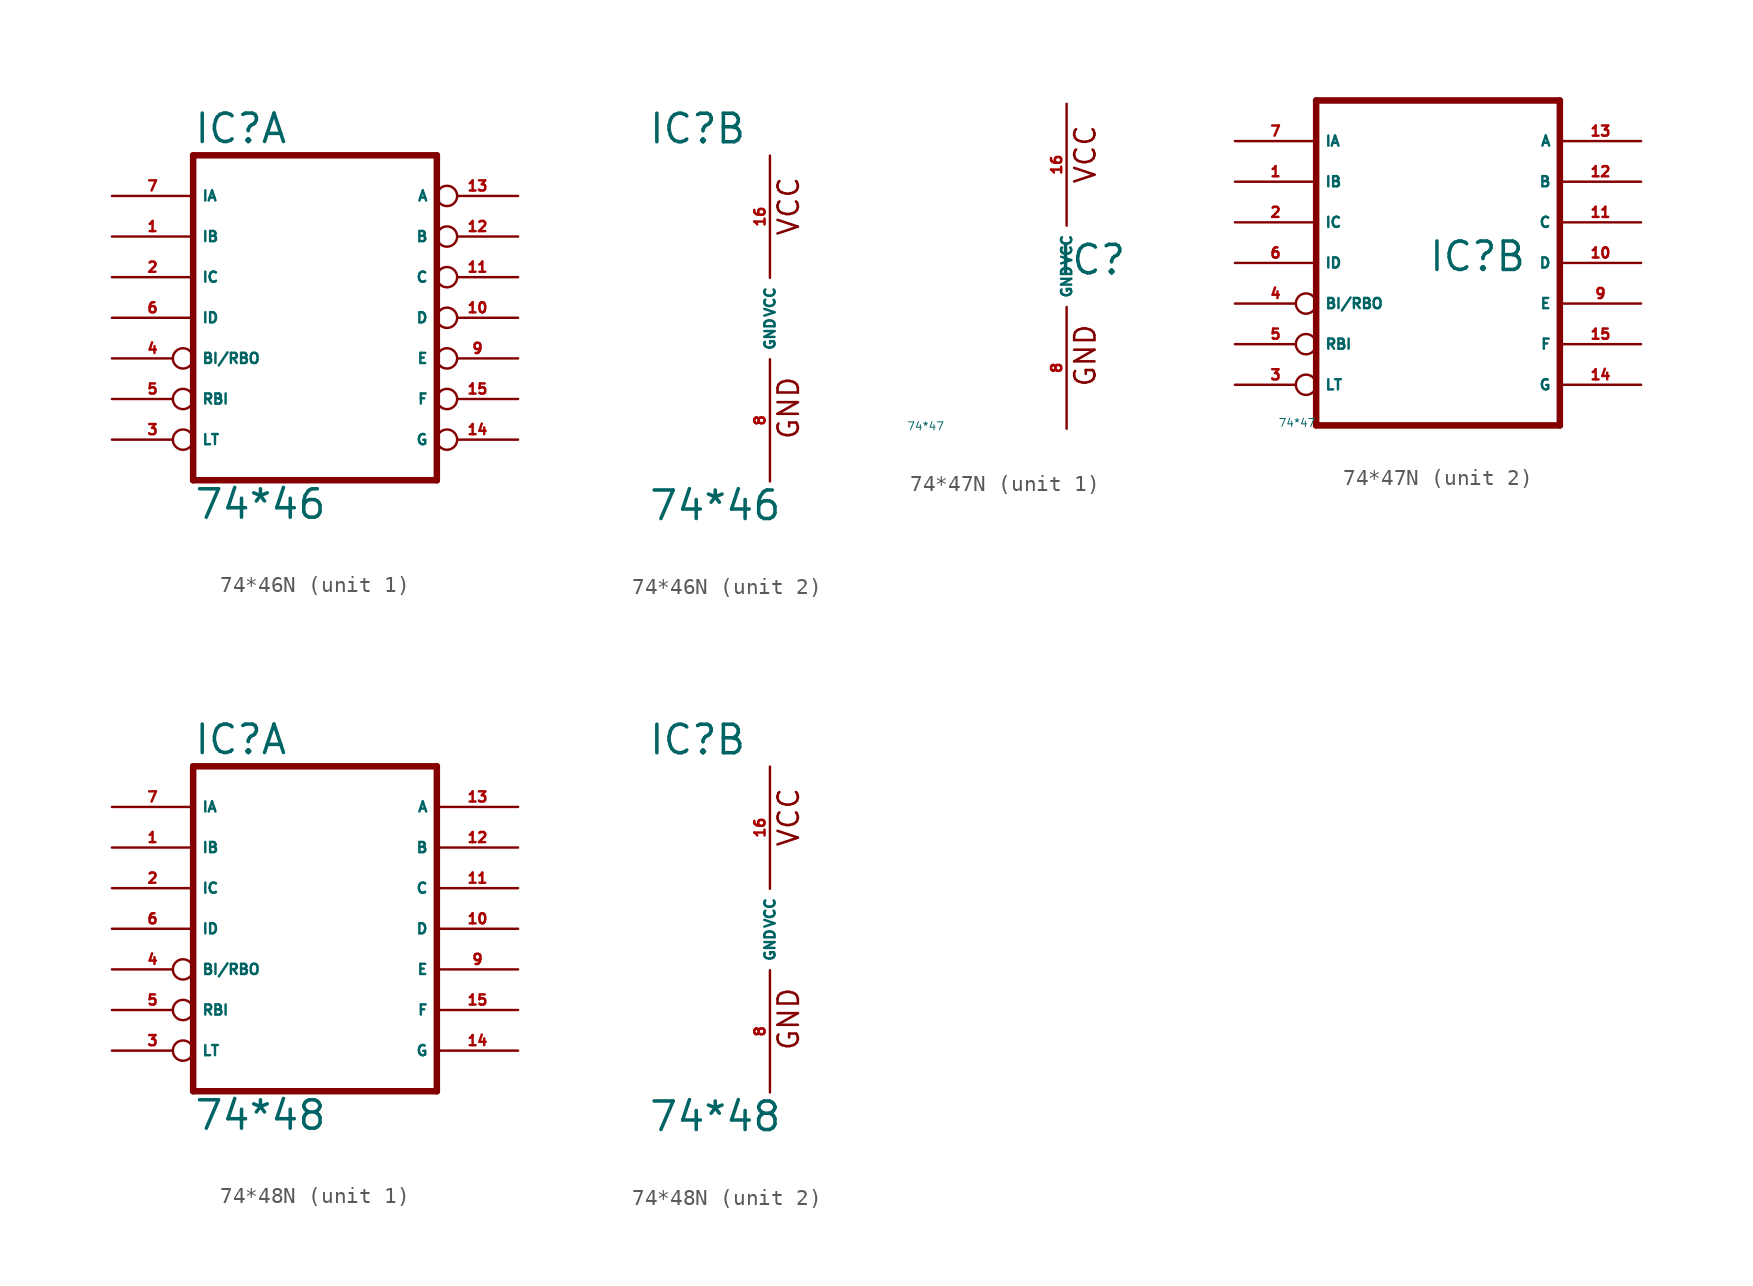
<source format=kicad_sym>
(kicad_symbol_lib
  (version 20220914)
  (generator Eagle2Kicad)
  (symbol "74*46N"
    (property "Reference" "IC"
      (at -7.62 10.795 0)
      (effects (font (size 1.778 1.778) (thickness 0.22)) (justify left bottom)))
    (property "Value" "74*46"
      (at -7.62 -12.7 0)
      (effects (font (size 1.778 1.778) (thickness 0.22)) (justify left bottom)))
    (symbol "74*46N_1_0"
      (polyline (pts (xy -7.62 -10.16) (xy 7.62 -10.16)) (stroke (width 0.406) (type default)) (fill (type none)))
      (polyline (pts (xy 7.62 -10.16) (xy 7.62 10.16)) (stroke (width 0.406) (type default)) (fill (type none)))
      (polyline (pts (xy 7.62 10.16) (xy -7.62 10.16)) (stroke (width 0.406) (type default)) (fill (type none)))
      (polyline (pts (xy -7.62 10.16) (xy -7.62 -10.16)) (stroke (width 0.406) (type default)) (fill (type none)))
      (pin input line (at -12.7 5.08 0) (length 5.08) (name "IB" (effects (font (size 0.635 0.635) (thickness 0.08)) (justify left bottom))) (number "1" (effects (font (size 0.635 0.635) (thickness 0.08)) (justify left bottom))))
      (pin input line (at -12.7 2.54 0) (length 5.08) (name "IC" (effects (font (size 0.635 0.635) (thickness 0.08)) (justify left bottom))) (number "2" (effects (font (size 0.635 0.635) (thickness 0.08)) (justify left bottom))))
      (pin input inverted (at -12.7 -7.62 0) (length 5.08) (name "LT" (effects (font (size 0.635 0.635) (thickness 0.08)) (justify left bottom))) (number "3" (effects (font (size 0.635 0.635) (thickness 0.08)) (justify left bottom))))
      (pin input inverted (at -12.7 -2.54 0) (length 5.08) (name "BI/RBO" (effects (font (size 0.635 0.635) (thickness 0.08)) (justify left bottom))) (number "4" (effects (font (size 0.635 0.635) (thickness 0.08)) (justify left bottom))))
      (pin input inverted (at -12.7 -5.08 0) (length 5.08) (name "RBI" (effects (font (size 0.635 0.635) (thickness 0.08)) (justify left bottom))) (number "5" (effects (font (size 0.635 0.635) (thickness 0.08)) (justify left bottom))))
      (pin input line (at -12.7 0 0) (length 5.08) (name "ID" (effects (font (size 0.635 0.635) (thickness 0.08)) (justify left bottom))) (number "6" (effects (font (size 0.635 0.635) (thickness 0.08)) (justify left bottom))))
      (pin input line (at -12.7 7.62 0) (length 5.08) (name "IA" (effects (font (size 0.635 0.635) (thickness 0.08)) (justify left bottom))) (number "7" (effects (font (size 0.635 0.635) (thickness 0.08)) (justify left bottom))))
      (pin open_collector inverted (at 12.7 -2.54 180) (length 5.08) (name "E" (effects (font (size 0.635 0.635) (thickness 0.08)) (justify left bottom))) (number "9" (effects (font (size 0.635 0.635) (thickness 0.08)) (justify left bottom))))
      (pin open_collector inverted (at 12.7 0 180) (length 5.08) (name "D" (effects (font (size 0.635 0.635) (thickness 0.08)) (justify left bottom))) (number "10" (effects (font (size 0.635 0.635) (thickness 0.08)) (justify left bottom))))
      (pin open_collector inverted (at 12.7 2.54 180) (length 5.08) (name "C" (effects (font (size 0.635 0.635) (thickness 0.08)) (justify left bottom))) (number "11" (effects (font (size 0.635 0.635) (thickness 0.08)) (justify left bottom))))
      (pin open_collector inverted (at 12.7 5.08 180) (length 5.08) (name "B" (effects (font (size 0.635 0.635) (thickness 0.08)) (justify left bottom))) (number "12" (effects (font (size 0.635 0.635) (thickness 0.08)) (justify left bottom))))
      (pin open_collector inverted (at 12.7 7.62 180) (length 5.08) (name "A" (effects (font (size 0.635 0.635) (thickness 0.08)) (justify left bottom))) (number "13" (effects (font (size 0.635 0.635) (thickness 0.08)) (justify left bottom))))
      (pin open_collector inverted (at 12.7 -7.62 180) (length 5.08) (name "G" (effects (font (size 0.635 0.635) (thickness 0.08)) (justify left bottom))) (number "14" (effects (font (size 0.635 0.635) (thickness 0.08)) (justify left bottom))))
      (pin open_collector inverted (at 12.7 -5.08 180) (length 5.08) (name "F" (effects (font (size 0.635 0.635) (thickness 0.08)) (justify left bottom))) (number "15" (effects (font (size 0.635 0.635) (thickness 0.08)) (justify left bottom)))))
    (symbol "74*46N_2_0"
      (text "GND" (at 1.905 -7.62 900) (effects (font (size 1.27 1.27) (thickness 0.16)) (justify left bottom)))
      (text "VCC" (at 1.905 5.08 900) (effects (font (size 1.27 1.27) (thickness 0.16)) (justify left bottom)))
      (pin unspecified line (at 0 -10.16 90) (length 7.62) (name "GND" (effects (font (size 0.635 0.635) (thickness 0.08)) (justify left bottom))) (number "8" (effects (font (size 0.635 0.635) (thickness 0.08)) (justify left bottom))))
      (pin unspecified line (at 0 10.16 270) (length 7.62) (name "VCC" (effects (font (size 0.635 0.635) (thickness 0.08)) (justify left bottom))) (number "16" (effects (font (size 0.635 0.635) (thickness 0.08)) (justify left bottom))))))
  (symbol "74*47N"
    (property "Reference" "IC"
      (at -0.635 -0.635 0)
      (effects (font (size 1.778 1.778) (thickness 0.22)) (justify left bottom)))
    (property "Value" "74*47"
      (at -10 -10 0)
      (effects (font (size 0.5 0.5) (thickness 0.06)) (justify left)))
    (symbol "74*47N_1_0"
      (text "GND" (at 1.905 -7.62 900) (effects (font (size 1.27 1.27) (thickness 0.16)) (justify left bottom)))
      (text "VCC" (at 1.905 5.08 900) (effects (font (size 1.27 1.27) (thickness 0.16)) (justify left bottom)))
      (pin unspecified line (at 0 -10.16 90) (length 7.62) (name "GND" (effects (font (size 0.635 0.635) (thickness 0.08)) (justify left bottom))) (number "8" (effects (font (size 0.635 0.635) (thickness 0.08)) (justify left bottom))))
      (pin unspecified line (at 0 10.16 270) (length 7.62) (name "VCC" (effects (font (size 0.635 0.635) (thickness 0.08)) (justify left bottom))) (number "16" (effects (font (size 0.635 0.635) (thickness 0.08)) (justify left bottom)))))
    (symbol "74*47N_2_0"
      (polyline (pts (xy -7.62 -10.16) (xy 7.62 -10.16)) (stroke (width 0.406) (type default)) (fill (type none)))
      (polyline (pts (xy 7.62 -10.16) (xy 7.62 10.16)) (stroke (width 0.406) (type default)) (fill (type none)))
      (polyline (pts (xy 7.62 10.16) (xy -7.62 10.16)) (stroke (width 0.406) (type default)) (fill (type none)))
      (polyline (pts (xy -7.62 10.16) (xy -7.62 -10.16)) (stroke (width 0.406) (type default)) (fill (type none)))
      (pin input line (at -12.7 5.08 0) (length 5.08) (name "IB" (effects (font (size 0.635 0.635) (thickness 0.08)) (justify left bottom))) (number "1" (effects (font (size 0.635 0.635) (thickness 0.08)) (justify left bottom))))
      (pin input line (at -12.7 2.54 0) (length 5.08) (name "IC" (effects (font (size 0.635 0.635) (thickness 0.08)) (justify left bottom))) (number "2" (effects (font (size 0.635 0.635) (thickness 0.08)) (justify left bottom))))
      (pin input inverted (at -12.7 -7.62 0) (length 5.08) (name "LT" (effects (font (size 0.635 0.635) (thickness 0.08)) (justify left bottom))) (number "3" (effects (font (size 0.635 0.635) (thickness 0.08)) (justify left bottom))))
      (pin input inverted (at -12.7 -2.54 0) (length 5.08) (name "BI/RBO" (effects (font (size 0.635 0.635) (thickness 0.08)) (justify left bottom))) (number "4" (effects (font (size 0.635 0.635) (thickness 0.08)) (justify left bottom))))
      (pin input inverted (at -12.7 -5.08 0) (length 5.08) (name "RBI" (effects (font (size 0.635 0.635) (thickness 0.08)) (justify left bottom))) (number "5" (effects (font (size 0.635 0.635) (thickness 0.08)) (justify left bottom))))
      (pin input line (at -12.7 0 0) (length 5.08) (name "ID" (effects (font (size 0.635 0.635) (thickness 0.08)) (justify left bottom))) (number "6" (effects (font (size 0.635 0.635) (thickness 0.08)) (justify left bottom))))
      (pin input line (at -12.7 7.62 0) (length 5.08) (name "IA" (effects (font (size 0.635 0.635) (thickness 0.08)) (justify left bottom))) (number "7" (effects (font (size 0.635 0.635) (thickness 0.08)) (justify left bottom))))
      (pin output line (at 12.7 -2.54 180) (length 5.08) (name "E" (effects (font (size 0.635 0.635) (thickness 0.08)) (justify left bottom))) (number "9" (effects (font (size 0.635 0.635) (thickness 0.08)) (justify left bottom))))
      (pin output line (at 12.7 0 180) (length 5.08) (name "D" (effects (font (size 0.635 0.635) (thickness 0.08)) (justify left bottom))) (number "10" (effects (font (size 0.635 0.635) (thickness 0.08)) (justify left bottom))))
      (pin output line (at 12.7 2.54 180) (length 5.08) (name "C" (effects (font (size 0.635 0.635) (thickness 0.08)) (justify left bottom))) (number "11" (effects (font (size 0.635 0.635) (thickness 0.08)) (justify left bottom))))
      (pin output line (at 12.7 5.08 180) (length 5.08) (name "B" (effects (font (size 0.635 0.635) (thickness 0.08)) (justify left bottom))) (number "12" (effects (font (size 0.635 0.635) (thickness 0.08)) (justify left bottom))))
      (pin output line (at 12.7 7.62 180) (length 5.08) (name "A" (effects (font (size 0.635 0.635) (thickness 0.08)) (justify left bottom))) (number "13" (effects (font (size 0.635 0.635) (thickness 0.08)) (justify left bottom))))
      (pin output line (at 12.7 -7.62 180) (length 5.08) (name "G" (effects (font (size 0.635 0.635) (thickness 0.08)) (justify left bottom))) (number "14" (effects (font (size 0.635 0.635) (thickness 0.08)) (justify left bottom))))
      (pin output line (at 12.7 -5.08 180) (length 5.08) (name "F" (effects (font (size 0.635 0.635) (thickness 0.08)) (justify left bottom))) (number "15" (effects (font (size 0.635 0.635) (thickness 0.08)) (justify left bottom))))))
  (symbol "74*48N"
    (property "Reference" "IC"
      (at -7.62 10.795 0)
      (effects (font (size 1.778 1.778) (thickness 0.22)) (justify left bottom)))
    (property "Value" "74*48"
      (at -7.62 -12.7 0)
      (effects (font (size 1.778 1.778) (thickness 0.22)) (justify left bottom)))
    (symbol "74*48N_1_0"
      (polyline (pts (xy -7.62 -10.16) (xy 7.62 -10.16)) (stroke (width 0.406) (type default)) (fill (type none)))
      (polyline (pts (xy 7.62 -10.16) (xy 7.62 10.16)) (stroke (width 0.406) (type default)) (fill (type none)))
      (polyline (pts (xy 7.62 10.16) (xy -7.62 10.16)) (stroke (width 0.406) (type default)) (fill (type none)))
      (polyline (pts (xy -7.62 10.16) (xy -7.62 -10.16)) (stroke (width 0.406) (type default)) (fill (type none)))
      (pin input line (at -12.7 5.08 0) (length 5.08) (name "IB" (effects (font (size 0.635 0.635) (thickness 0.08)) (justify left bottom))) (number "1" (effects (font (size 0.635 0.635) (thickness 0.08)) (justify left bottom))))
      (pin input line (at -12.7 2.54 0) (length 5.08) (name "IC" (effects (font (size 0.635 0.635) (thickness 0.08)) (justify left bottom))) (number "2" (effects (font (size 0.635 0.635) (thickness 0.08)) (justify left bottom))))
      (pin input inverted (at -12.7 -7.62 0) (length 5.08) (name "LT" (effects (font (size 0.635 0.635) (thickness 0.08)) (justify left bottom))) (number "3" (effects (font (size 0.635 0.635) (thickness 0.08)) (justify left bottom))))
      (pin input inverted (at -12.7 -2.54 0) (length 5.08) (name "BI/RBO" (effects (font (size 0.635 0.635) (thickness 0.08)) (justify left bottom))) (number "4" (effects (font (size 0.635 0.635) (thickness 0.08)) (justify left bottom))))
      (pin input inverted (at -12.7 -5.08 0) (length 5.08) (name "RBI" (effects (font (size 0.635 0.635) (thickness 0.08)) (justify left bottom))) (number "5" (effects (font (size 0.635 0.635) (thickness 0.08)) (justify left bottom))))
      (pin input line (at -12.7 0 0) (length 5.08) (name "ID" (effects (font (size 0.635 0.635) (thickness 0.08)) (justify left bottom))) (number "6" (effects (font (size 0.635 0.635) (thickness 0.08)) (justify left bottom))))
      (pin input line (at -12.7 7.62 0) (length 5.08) (name "IA" (effects (font (size 0.635 0.635) (thickness 0.08)) (justify left bottom))) (number "7" (effects (font (size 0.635 0.635) (thickness 0.08)) (justify left bottom))))
      (pin output line (at 12.7 -2.54 180) (length 5.08) (name "E" (effects (font (size 0.635 0.635) (thickness 0.08)) (justify left bottom))) (number "9" (effects (font (size 0.635 0.635) (thickness 0.08)) (justify left bottom))))
      (pin output line (at 12.7 0 180) (length 5.08) (name "D" (effects (font (size 0.635 0.635) (thickness 0.08)) (justify left bottom))) (number "10" (effects (font (size 0.635 0.635) (thickness 0.08)) (justify left bottom))))
      (pin output line (at 12.7 2.54 180) (length 5.08) (name "C" (effects (font (size 0.635 0.635) (thickness 0.08)) (justify left bottom))) (number "11" (effects (font (size 0.635 0.635) (thickness 0.08)) (justify left bottom))))
      (pin output line (at 12.7 5.08 180) (length 5.08) (name "B" (effects (font (size 0.635 0.635) (thickness 0.08)) (justify left bottom))) (number "12" (effects (font (size 0.635 0.635) (thickness 0.08)) (justify left bottom))))
      (pin output line (at 12.7 7.62 180) (length 5.08) (name "A" (effects (font (size 0.635 0.635) (thickness 0.08)) (justify left bottom))) (number "13" (effects (font (size 0.635 0.635) (thickness 0.08)) (justify left bottom))))
      (pin output line (at 12.7 -7.62 180) (length 5.08) (name "G" (effects (font (size 0.635 0.635) (thickness 0.08)) (justify left bottom))) (number "14" (effects (font (size 0.635 0.635) (thickness 0.08)) (justify left bottom))))
      (pin output line (at 12.7 -5.08 180) (length 5.08) (name "F" (effects (font (size 0.635 0.635) (thickness 0.08)) (justify left bottom))) (number "15" (effects (font (size 0.635 0.635) (thickness 0.08)) (justify left bottom)))))
    (symbol "74*48N_2_0"
      (text "GND" (at 1.905 -7.62 900) (effects (font (size 1.27 1.27) (thickness 0.16)) (justify left bottom)))
      (text "VCC" (at 1.905 5.08 900) (effects (font (size 1.27 1.27) (thickness 0.16)) (justify left bottom)))
      (pin unspecified line (at 0 -10.16 90) (length 7.62) (name "GND" (effects (font (size 0.635 0.635) (thickness 0.08)) (justify left bottom))) (number "8" (effects (font (size 0.635 0.635) (thickness 0.08)) (justify left bottom))))
      (pin unspecified line (at 0 10.16 270) (length 7.62) (name "VCC" (effects (font (size 0.635 0.635) (thickness 0.08)) (justify left bottom))) (number "16" (effects (font (size 0.635 0.635) (thickness 0.08)) (justify left bottom)))))))
</source>
